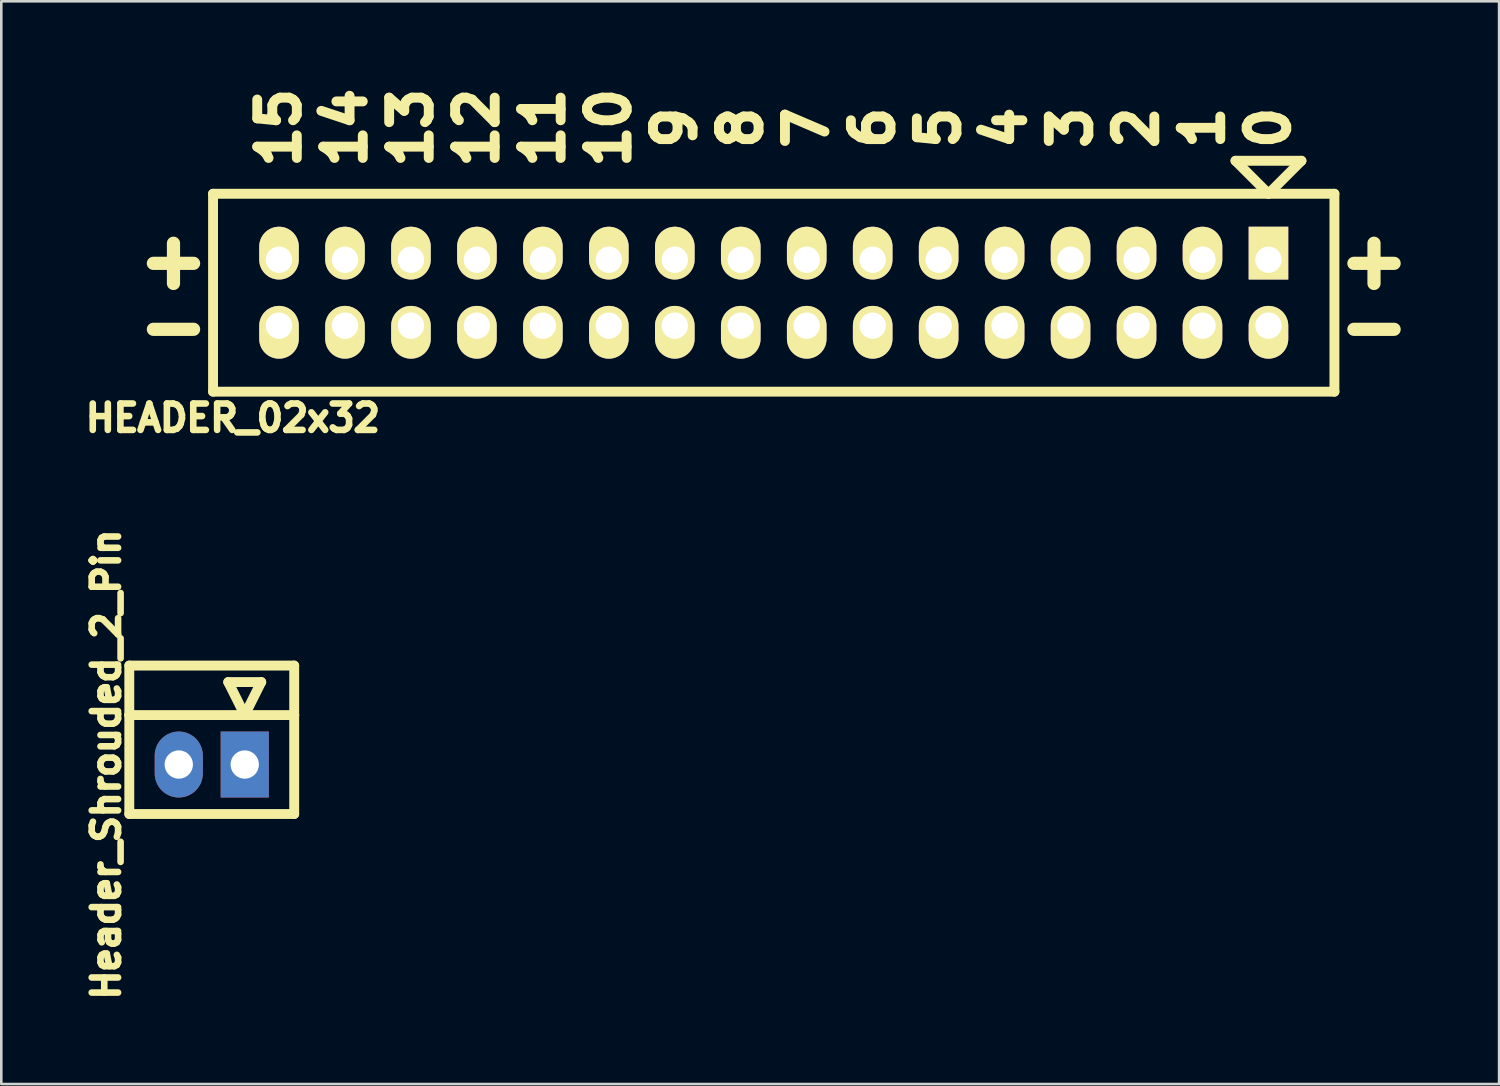
<source format=kicad_pcb>
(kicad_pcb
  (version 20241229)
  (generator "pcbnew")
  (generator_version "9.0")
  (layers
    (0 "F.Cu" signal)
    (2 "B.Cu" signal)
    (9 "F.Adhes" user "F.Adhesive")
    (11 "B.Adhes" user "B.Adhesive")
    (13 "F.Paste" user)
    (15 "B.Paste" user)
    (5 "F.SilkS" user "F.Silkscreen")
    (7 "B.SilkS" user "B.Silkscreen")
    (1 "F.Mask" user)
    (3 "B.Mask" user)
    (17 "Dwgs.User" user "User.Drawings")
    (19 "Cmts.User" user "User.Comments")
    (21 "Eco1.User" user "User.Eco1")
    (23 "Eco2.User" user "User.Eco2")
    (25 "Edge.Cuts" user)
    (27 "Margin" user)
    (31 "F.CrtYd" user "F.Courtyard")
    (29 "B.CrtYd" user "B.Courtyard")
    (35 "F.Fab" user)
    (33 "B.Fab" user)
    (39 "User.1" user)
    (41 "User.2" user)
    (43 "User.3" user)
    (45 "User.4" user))
  (footprint "Header_Shrouded_2_Pin"
    (layer "F.Cu")
    (at 5.104 26.389)
    (property "Reference" "Header_Shrouded_2_Pin" (at -4.064 0 270) (layer "F.SilkS") (effects (font (size 1.016 1.016) (thickness 0.254))))
    (attr through_hole)
    (fp_line (start -3.175 -3.81) (end -3.175 -1.905) (stroke (width 0.381) (type solid)) (layer "F.SilkS"))
    (fp_line (start -3.175 -3.81) (end 3.175 -3.81) (stroke (width 0.381) (type solid)) (layer "F.SilkS"))
    (fp_line (start -3.175 -1.905) (end -3.175 1.905) (stroke (width 0.381) (type solid)) (layer "F.SilkS"))
    (fp_line (start -3.175 -1.905) (end 3.175 -1.905) (stroke (width 0.381) (type solid)) (layer "F.SilkS"))
    (fp_line (start -3.175 1.905) (end 3.175 1.905) (stroke (width 0.381) (type solid)) (layer "F.SilkS"))
    (fp_line (start 0.635 -3.175) (end 1.27 -1.905) (stroke (width 0.381) (type solid)) (layer "F.SilkS"))
    (fp_line (start 1.27 -1.905) (end 1.905 -3.175) (stroke (width 0.381) (type solid)) (layer "F.SilkS"))
    (fp_line (start 1.905 -3.175) (end 0.635 -3.175) (stroke (width 0.381) (type solid)) (layer "F.SilkS"))
    (fp_line (start 3.175 -3.81) (end 3.175 -1.905) (stroke (width 0.381) (type solid)) (layer "F.SilkS"))
    (fp_line (start 3.175 1.905) (end 3.175 -1.905) (stroke (width 0.381) (type solid)) (layer "F.SilkS"))
    (pad "1" thru_hole rect (at 1.27 0) (size 1.854 2.54) (drill 1.092) (layers "*.Cu" "*.Mask"))
    (pad "2" thru_hole oval (at -1.27 0) (size 1.854 2.54) (drill 1.092) (layers "*.Cu" "*.Mask")))
  (footprint "HEADER_02x32"
    (layer "F.Cu")
    (at 26.744 8.221)
    (property "Reference" "HEADER_02x32" (at -20.828 4.826 180) (layer "F.SilkS") (effects (font (size 1.016 1.016) (thickness 0.254))))
    (attr through_hole)
    (fp_line (start -21.59 -3.81) (end 21.59 -3.81) (stroke (width 0.381) (type solid)) (layer "F.SilkS"))
    (fp_line (start -21.59 3.81) (end -21.59 -3.81) (stroke (width 0.381) (type solid)) (layer "F.SilkS"))
    (fp_line (start 17.78 -5.08) (end 19.05 -3.81) (stroke (width 0.381) (type solid)) (layer "F.SilkS"))
    (fp_line (start 19.05 -3.81) (end 20.32 -5.08) (stroke (width 0.381) (type solid)) (layer "F.SilkS"))
    (fp_line (start 20.32 -5.08) (end 17.78 -5.08) (stroke (width 0.381) (type solid)) (layer "F.SilkS"))
    (fp_line (start 21.59 -3.81) (end 21.59 3.81) (stroke (width 0.381) (type solid)) (layer "F.SilkS"))
    (fp_line (start 21.59 3.81) (end -21.59 3.81) (stroke (width 0.381) (type solid)) (layer "F.SilkS"))
    (fp_text user "11" (at -8.89 -6.35 90) (layer "F.SilkS") (effects (font (size 1.524 1.524) (thickness 0.381))))
    (fp_text user "14" (at -16.51 -6.35 90) (layer "F.SilkS") (effects (font (size 1.524 1.524) (thickness 0.381))))
    (fp_text user "6" (at 3.81 -6.35 90) (layer "F.SilkS") (effects (font (size 1.524 1.524) (thickness 0.381))))
    (fp_text user "5" (at 6.35 -6.35 90) (layer "F.SilkS") (effects (font (size 1.524 1.524) (thickness 0.381))))
    (fp_text user "8" (at -1.27 -6.35 90) (layer "F.SilkS") (effects (font (size 1.524 1.524) (thickness 0.381))))
    (fp_text user "12" (at -11.43 -6.35 90) (layer "F.SilkS") (effects (font (size 1.524 1.524) (thickness 0.381))))
    (fp_text user "15" (at -19.05 -6.35 90) (layer "F.SilkS") (effects (font (size 1.524 1.524) (thickness 0.381))))
    (fp_text user "9" (at -3.81 -6.35 90) (layer "F.SilkS") (effects (font (size 1.524 1.524) (thickness 0.381))))
    (fp_text user "0" (at 19.05 -6.35 90) (layer "F.SilkS") (effects (font (size 1.524 1.524) (thickness 0.381))))
    (fp_text user "10" (at -6.35 -6.35 90) (layer "F.SilkS") (effects (font (size 1.524 1.524) (thickness 0.381))))
    (fp_text user "-" (at 23.114 1.27 0) (layer "F.SilkS") (effects (font (size 2.032 2.032) (thickness 0.508))))
    (fp_text user "1" (at 16.51 -6.35 90) (layer "F.SilkS") (effects (font (size 1.524 1.524) (thickness 0.381))))
    (fp_text user "-" (at -23.114 1.27 0) (layer "F.SilkS") (effects (font (size 2.032 2.032) (thickness 0.508))))
    (fp_text user "7" (at 1.27 -6.35 90) (layer "F.SilkS") (effects (font (size 1.524 1.524) (thickness 0.381))))
    (fp_text user "4" (at 8.89 -6.35 90) (layer "F.SilkS") (effects (font (size 1.524 1.524) (thickness 0.381))))
    (fp_text user "+" (at -23.114 -1.27 0) (layer "F.SilkS") (effects (font (size 2.032 2.032) (thickness 0.508))))
    (fp_text user "+" (at 23.114 -1.27 0) (layer "F.SilkS") (effects (font (size 2.032 2.032) (thickness 0.508))))
    (fp_text user "3" (at 11.43 -6.35 90) (layer "F.SilkS") (effects (font (size 1.524 1.524) (thickness 0.381))))
    (fp_text user "13" (at -13.97 -6.35 90) (layer "F.SilkS") (effects (font (size 1.524 1.524) (thickness 0.381))))
    (fp_text user "2" (at 13.97 -6.35 90) (layer "F.SilkS") (effects (font (size 1.524 1.524) (thickness 0.381))))
    (pad "1" thru_hole rect (at 19.05 -1.27) (size 1.524 2.032) (drill 1.016 (offset 0 -0.254)) (layers "*.Cu" "*.Mask" "F.SilkS"))
    (pad "2" thru_hole oval (at 19.05 1.27) (size 1.524 2.032) (drill 1.016 (offset 0 0.254)) (layers "*.Cu" "*.Mask" "F.SilkS"))
    (pad "3" thru_hole oval (at 16.51 -1.27) (size 1.524 2.032) (drill 1.016 (offset 0 -0.254)) (layers "*.Cu" "*.Mask" "F.SilkS"))
    (pad "4" thru_hole oval (at 16.51 1.27) (size 1.524 2.032) (drill 1.016 (offset 0 0.254)) (layers "*.Cu" "*.Mask" "F.SilkS"))
    (pad "5" thru_hole oval (at 13.97 -1.27) (size 1.524 2.032) (drill 1.016 (offset 0 -0.254)) (layers "*.Cu" "*.Mask" "F.SilkS"))
    (pad "6" thru_hole oval (at 13.97 1.27) (size 1.524 2.032) (drill 1.016 (offset 0 0.254)) (layers "*.Cu" "*.Mask" "F.SilkS"))
    (pad "7" thru_hole oval (at 11.43 -1.27) (size 1.524 2.032) (drill 1.016 (offset 0 -0.254)) (layers "*.Cu" "*.Mask" "F.SilkS"))
    (pad "8" thru_hole oval (at 11.43 1.27) (size 1.524 2.032) (drill 1.016 (offset 0 0.254)) (layers "*.Cu" "*.Mask" "F.SilkS"))
    (pad "9" thru_hole oval (at 8.89 -1.27) (size 1.524 2.032) (drill 1.016 (offset 0 -0.254)) (layers "*.Cu" "*.Mask" "F.SilkS"))
    (pad "10" thru_hole oval (at 8.89 1.27) (size 1.524 2.032) (drill 1.016 (offset 0 0.254)) (layers "*.Cu" "*.Mask" "F.SilkS"))
    (pad "11" thru_hole oval (at 6.35 -1.27) (size 1.524 2.032) (drill 1.016 (offset 0 -0.254)) (layers "*.Cu" "*.Mask" "F.SilkS"))
    (pad "12" thru_hole oval (at 6.35 1.27) (size 1.524 2.032) (drill 1.016 (offset 0 0.254)) (layers "*.Cu" "*.Mask" "F.SilkS"))
    (pad "13" thru_hole oval (at 3.81 -1.27) (size 1.524 2.032) (drill 1.016 (offset 0 -0.254)) (layers "*.Cu" "*.Mask" "F.SilkS"))
    (pad "14" thru_hole oval (at 3.81 1.27) (size 1.524 2.032) (drill 1.016 (offset 0 0.254)) (layers "*.Cu" "*.Mask" "F.SilkS"))
    (pad "15" thru_hole oval (at 1.27 -1.27) (size 1.524 2.032) (drill 1.016 (offset 0 -0.254)) (layers "*.Cu" "*.Mask" "F.SilkS"))
    (pad "16" thru_hole oval (at 1.27 1.27) (size 1.524 2.032) (drill 1.016 (offset 0 0.254)) (layers "*.Cu" "*.Mask" "F.SilkS"))
    (pad "17" thru_hole oval (at -1.27 -1.27) (size 1.524 2.032) (drill 1.016 (offset 0 -0.254)) (layers "*.Cu" "*.Mask" "F.SilkS"))
    (pad "18" thru_hole oval (at -1.27 1.27) (size 1.524 2.032) (drill 1.016 (offset 0 0.254)) (layers "*.Cu" "*.Mask" "F.SilkS"))
    (pad "19" thru_hole oval (at -3.81 -1.27) (size 1.524 2.032) (drill 1.016 (offset 0 -0.254)) (layers "*.Cu" "*.Mask" "F.SilkS"))
    (pad "20" thru_hole oval (at -3.81 1.27) (size 1.524 2.032) (drill 1.016 (offset 0 0.254)) (layers "*.Cu" "*.Mask" "F.SilkS"))
    (pad "21" thru_hole oval (at -6.35 -1.27) (size 1.524 2.032) (drill 1.016 (offset 0 -0.254)) (layers "*.Cu" "*.Mask" "F.SilkS"))
    (pad "22" thru_hole oval (at -6.35 1.27) (size 1.524 2.032) (drill 1.016 (offset 0 0.254)) (layers "*.Cu" "*.Mask" "F.SilkS"))
    (pad "23" thru_hole oval (at -8.89 -1.27) (size 1.524 2.032) (drill 1.016 (offset 0 -0.254)) (layers "*.Cu" "*.Mask" "F.SilkS"))
    (pad "24" thru_hole oval (at -8.89 1.27) (size 1.524 2.032) (drill 1.016 (offset 0 0.254)) (layers "*.Cu" "*.Mask" "F.SilkS"))
    (pad "25" thru_hole oval (at -11.43 -1.27) (size 1.524 2.032) (drill 1.016 (offset 0 -0.254)) (layers "*.Cu" "*.Mask" "F.SilkS"))
    (pad "26" thru_hole oval (at -11.43 1.27) (size 1.524 2.032) (drill 1.016 (offset 0 0.254)) (layers "*.Cu" "*.Mask" "F.SilkS"))
    (pad "27" thru_hole oval (at -13.97 -1.27) (size 1.524 2.032) (drill 1.016 (offset 0 -0.254)) (layers "*.Cu" "*.Mask" "F.SilkS"))
    (pad "28" thru_hole oval (at -13.97 1.27) (size 1.524 2.032) (drill 1.016 (offset 0 0.254)) (layers "*.Cu" "*.Mask" "F.SilkS"))
    (pad "29" thru_hole oval (at -16.51 -1.27) (size 1.524 2.032) (drill 1.016 (offset 0 -0.254)) (layers "*.Cu" "*.Mask" "F.SilkS"))
    (pad "30" thru_hole oval (at -16.51 1.27) (size 1.524 2.032) (drill 1.016 (offset 0 0.254)) (layers "*.Cu" "*.Mask" "F.SilkS"))
    (pad "31" thru_hole oval (at -19.05 -1.27) (size 1.524 2.032) (drill 1.016 (offset 0 -0.254)) (layers "*.Cu" "*.Mask" "F.SilkS"))
    (pad "32" thru_hole oval (at -19.05 1.27) (size 1.524 2.032) (drill 1.016 (offset 0 0.254)) (layers "*.Cu" "*.Mask" "F.SilkS")))
  (gr_rect
    (start -3 -3)
    (end 54.674 38.692)
    (stroke (width 0.1) (type default))
    (fill no)
    (layer "Edge.Cuts")))
</source>
